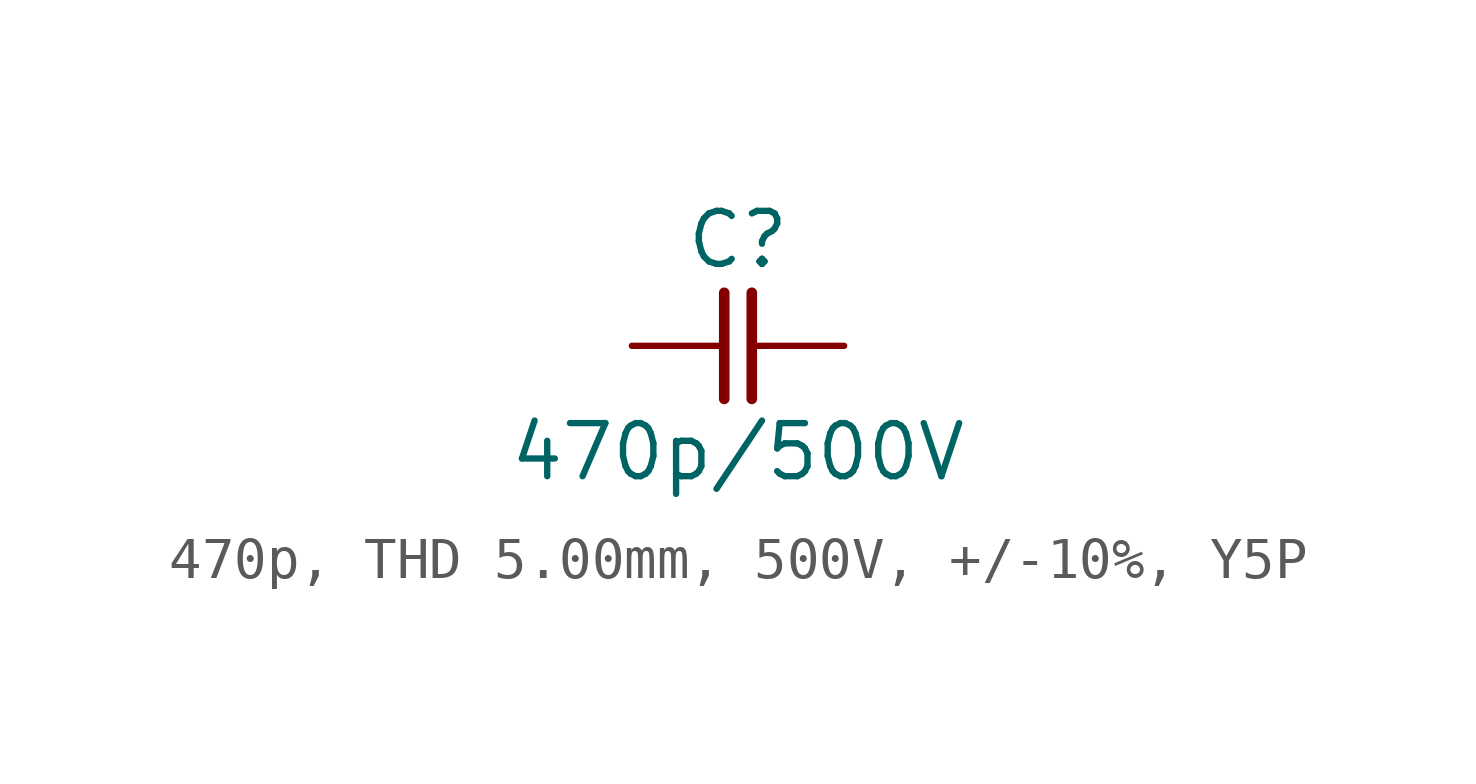
<source format=kicad_sym>
(kicad_symbol_lib
  (version 20241209)
  (generator "kicad_symbol_editor")
  (generator_version "9.0")
  (symbol "470p, THD 5.00mm, 500V, +/-10%, Y5P"
    (pin_numbers
      (hide yes))
    (pin_names
      (offset 0)
      (hide yes))
    (property "Reference" "C"
      (at 0 2.54 0)
      (effects (font (size 1.27 1.27))))
    (property "Value" "470p/500V"
      (at 0 -2.54 0)
      (effects (font (size 1.27 1.27))))
    (symbol "470p, THD 5.00mm, 500V, +/-10%, Y5P_0_1"
      (polyline (pts (xy -0.33 1.27) (xy -0.33 -1.27)) (stroke (width 0.254) (type default)) (fill (type none)))
      (polyline (pts (xy 0.33 1.27) (xy 0.33 -1.27)) (stroke (width 0.254) (type default)) (fill (type none))))
    (symbol "470p, THD 5.00mm, 500V, +/-10%, Y5P_1_1"
      (pin passive line (at -2.54 0 0) (length 2.21) (name "1" (effects (font (size 1.27 1.27)))) (number "1" (effects (font (size 1.27 1.27)))))
      (pin passive line (at 2.54 0 180) (length 2.21) (name "2" (effects (font (size 1.27 1.27)))) (number "2" (effects (font (size 1.27 1.27))))))))
</source>
